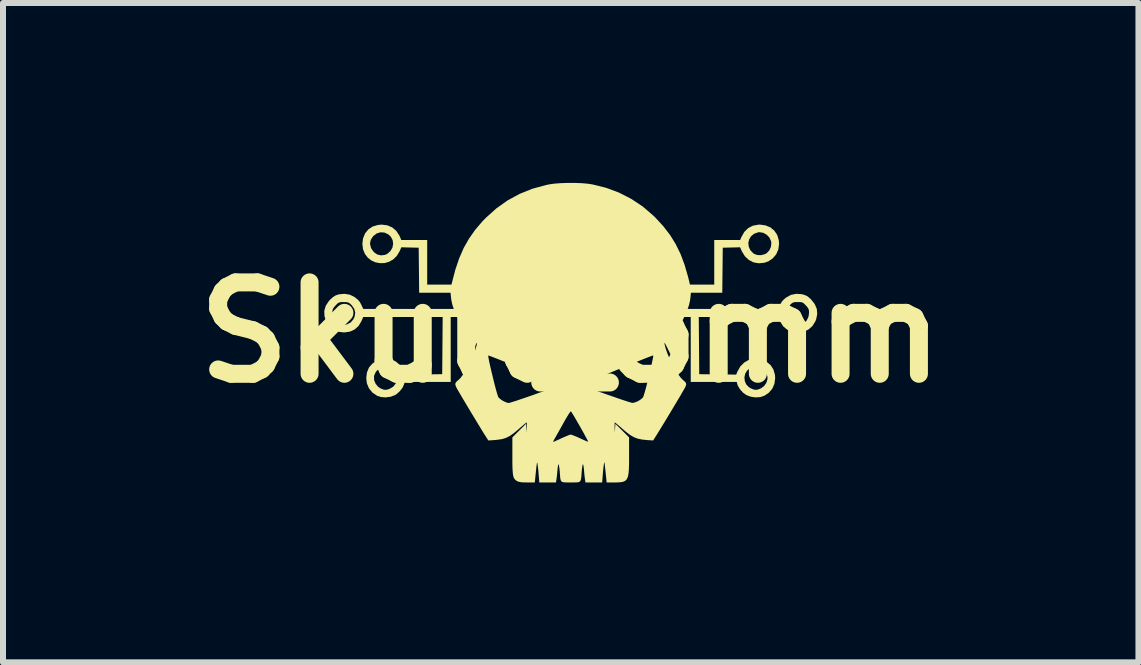
<source format=kicad_pcb>
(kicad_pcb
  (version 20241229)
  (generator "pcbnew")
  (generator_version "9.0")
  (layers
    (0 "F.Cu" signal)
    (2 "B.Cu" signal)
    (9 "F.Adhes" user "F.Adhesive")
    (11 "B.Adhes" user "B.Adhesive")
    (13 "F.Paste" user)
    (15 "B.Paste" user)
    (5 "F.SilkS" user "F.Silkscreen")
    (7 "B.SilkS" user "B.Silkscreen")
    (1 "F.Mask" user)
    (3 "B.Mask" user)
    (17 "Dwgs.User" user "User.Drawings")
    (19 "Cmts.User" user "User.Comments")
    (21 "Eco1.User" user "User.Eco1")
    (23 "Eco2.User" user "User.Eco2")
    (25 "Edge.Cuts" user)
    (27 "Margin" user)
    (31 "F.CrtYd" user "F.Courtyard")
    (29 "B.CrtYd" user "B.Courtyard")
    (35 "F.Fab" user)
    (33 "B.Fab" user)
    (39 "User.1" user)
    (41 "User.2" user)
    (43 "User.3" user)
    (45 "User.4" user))
  (footprint "Skull_5mm"
    (layer "F.Cu")
    (at 6.466 2.493)
    (property "Reference" "Skull_5mm" (at 0 0 0) (layer "F.SilkS") (effects (font (size 1.524 1.524) (thickness 0.3))))
    (attr board_only exclude_from_pos_files exclude_from_bom)
    (fp_poly (pts (xy 0.066 -2.493) (xy 0.181 -2.489) (xy 0.284 -2.48) (xy 0.358 -2.469) (xy 0.589 -2.412) (xy 0.806 -2.331) (xy 1.009 -2.227) (xy 1.199 -2.101) (xy 1.375 -1.95) (xy 1.413 -1.913) (xy 1.543 -1.772) (xy 1.655 -1.627) (xy 1.75 -1.474) (xy 1.831 -1.308) (xy 1.899 -1.127) (xy 1.957 -0.926) (xy 1.979 -0.835) (xy 1.988 -0.798) (xy 2.393 -0.798) (xy 2.393 -1.492) (xy 2.961 -1.492) (xy 2.968 -1.43) (xy 2.994 -1.372) (xy 3.042 -1.322) (xy 3.058 -1.31) (xy 3.113 -1.29) (xy 3.177 -1.289) (xy 3.239 -1.306) (xy 3.269 -1.323) (xy 3.312 -1.369) (xy 3.339 -1.429) (xy 3.345 -1.494) (xy 3.34 -1.523) (xy 3.312 -1.584) (xy 3.266 -1.631) (xy 3.208 -1.662) (xy 3.145 -1.672) (xy 3.123 -1.669) (xy 3.057 -1.645) (xy 3.007 -1.604) (xy 2.975 -1.551) (xy 2.961 -1.492) (xy 2.393 -1.492) (xy 2.393 -1.541) (xy 2.825 -1.541) (xy 2.846 -1.591) (xy 2.894 -1.676) (xy 2.958 -1.739) (xy 3.037 -1.78) (xy 3.129 -1.797) (xy 3.153 -1.798) (xy 3.248 -1.785) (xy 3.33 -1.751) (xy 3.395 -1.697) (xy 3.443 -1.626) (xy 3.469 -1.539) (xy 3.474 -1.477) (xy 3.462 -1.385) (xy 3.426 -1.303) (xy 3.37 -1.236) (xy 3.297 -1.186) (xy 3.229 -1.162) (xy 3.136 -1.153) (xy 3.049 -1.168) (xy 2.971 -1.208) (xy 2.905 -1.269) (xy 2.855 -1.35) (xy 2.852 -1.356) (xy 2.824 -1.42) (xy 2.679 -1.416) (xy 2.535 -1.413) (xy 2.531 -1.037) (xy 2.527 -0.662) (xy 2.004 -0.662) (xy 1.996 -0.582) (xy 1.988 -0.527) (xy 1.976 -0.473) (xy 1.969 -0.447) (xy 1.95 -0.392) (xy 3.459 -0.392) (xy 3.486 -0.449) (xy 3.511 -0.499) (xy 3.537 -0.534) (xy 3.573 -0.567) (xy 3.597 -0.585) (xy 3.672 -0.626) (xy 3.759 -0.644) (xy 3.85 -0.638) (xy 3.861 -0.636) (xy 3.908 -0.622) (xy 3.948 -0.602) (xy 3.989 -0.568) (xy 4.008 -0.55) (xy 4.068 -0.474) (xy 4.103 -0.393) (xy 4.11 -0.306) (xy 4.092 -0.217) (xy 4.077 -0.182) (xy 4.028 -0.104) (xy 3.962 -0.047) (xy 3.88 -0.012) (xy 3.785 -0.000005) (xy 3.783 0) (xy 3.689 -0.012) (xy 3.608 -0.047) (xy 3.542 -0.103) (xy 3.493 -0.181) (xy 3.489 -0.189) (xy 3.46 -0.257) (xy 2.135 -0.257) (xy 2.139 0.22) (xy 2.143 0.696) (xy 2.451 0.7) (xy 2.759 0.703) (xy 2.78 0.652) (xy 2.827 0.568) (xy 2.891 0.503) (xy 2.967 0.459) (xy 3.052 0.439) (xy 3.142 0.442) (xy 3.179 0.451) (xy 3.266 0.489) (xy 3.333 0.545) (xy 3.38 0.618) (xy 3.405 0.706) (xy 3.409 0.763) (xy 3.396 0.858) (xy 3.36 0.94) (xy 3.3 1.008) (xy 3.228 1.056) (xy 3.16 1.078) (xy 3.08 1.083) (xy 3 1.071) (xy 2.93 1.045) (xy 2.872 1.003) (xy 2.822 0.947) (xy 2.786 0.887) (xy 2.777 0.86) (xy 2.768 0.825) (xy 2.001 0.825) (xy 2.001 0.748) (xy 2.896 0.748) (xy 2.902 0.808) (xy 2.925 0.864) (xy 2.968 0.911) (xy 3.007 0.934) (xy 3.057 0.954) (xy 3.098 0.957) (xy 3.142 0.945) (xy 3.172 0.932) (xy 3.224 0.894) (xy 3.262 0.84) (xy 3.281 0.779) (xy 3.28 0.735) (xy 3.257 0.669) (xy 3.214 0.618) (xy 3.157 0.583) (xy 3.09 0.57) (xy 3.05 0.573) (xy 2.987 0.597) (xy 2.94 0.637) (xy 2.909 0.689) (xy 2.896 0.748) (xy 2.001 0.748) (xy 2.001 -0.257) (xy 1.893 -0.257) (xy 1.827 -0.125) (xy 1.764 0.01) (xy 1.717 0.134) (xy 1.687 0.243) (xy 1.678 0.291) (xy 1.667 0.372) (xy 1.611 0.257) (xy 1.585 0.206) (xy 1.569 0.179) (xy 1.562 0.175) (xy 1.563 0.189) (xy 1.582 0.264) (xy 1.612 0.35) (xy 1.651 0.441) (xy 1.695 0.533) (xy 1.743 0.62) (xy 1.791 0.696) (xy 1.837 0.758) (xy 1.878 0.799) (xy 1.88 0.8) (xy 1.914 0.831) (xy 1.926 0.861) (xy 1.916 0.898) (xy 1.907 0.917) (xy 1.893 0.942) (xy 1.867 0.987) (xy 1.832 1.048) (xy 1.789 1.12) (xy 1.74 1.202) (xy 1.688 1.289) (xy 1.635 1.377) (xy 1.583 1.464) (xy 1.534 1.544) (xy 1.49 1.616) (xy 1.454 1.674) (xy 1.433 1.708) (xy 1.374 1.801) (xy 1.279 1.795) (xy 1.191 1.786) (xy 1.118 1.771) (xy 1.055 1.747) (xy 0.992 1.711) (xy 0.924 1.659) (xy 0.879 1.621) (xy 0.829 1.577) (xy 0.785 1.54) (xy 0.754 1.514) (xy 0.737 1.501) (xy 0.736 1.5) (xy 0.733 1.513) (xy 0.732 1.545) (xy 0.732 1.585) (xy 0.735 1.669) (xy 0.74 1.596) (xy 0.745 1.523) (xy 0.859 1.636) (xy 0.973 1.75) (xy 0.973 2.058) (xy 0.973 2.179) (xy 0.97 2.276) (xy 0.964 2.351) (xy 0.953 2.407) (xy 0.935 2.447) (xy 0.909 2.474) (xy 0.873 2.49) (xy 0.826 2.498) (xy 0.766 2.501) (xy 0.726 2.501) (xy 0.599 2.501) (xy 0.582 2.335) (xy 0.575 2.272) (xy 0.569 2.219) (xy 0.565 2.182) (xy 0.562 2.166) (xy 0.561 2.166) (xy 0.557 2.175) (xy 0.551 2.207) (xy 0.545 2.259) (xy 0.538 2.326) (xy 0.533 2.389) (xy 0.524 2.501) (xy 0.246 2.501) (xy 0.239 2.457) (xy 0.234 2.422) (xy 0.228 2.371) (xy 0.223 2.313) (xy 0.222 2.302) (xy 0.217 2.252) (xy 0.211 2.215) (xy 0.205 2.197) (xy 0.203 2.197) (xy 0.197 2.212) (xy 0.191 2.248) (xy 0.185 2.298) (xy 0.183 2.321) (xy 0.178 2.394) (xy 0.172 2.444) (xy 0.162 2.475) (xy 0.143 2.493) (xy 0.112 2.5) (xy 0.063 2.501) (xy 0 2.501) (xy -0.068 2.501) (xy -0.115 2.499) (xy -0.145 2.492) (xy -0.163 2.473) (xy -0.173 2.44) (xy -0.178 2.389) (xy -0.183 2.321) (xy -0.188 2.268) (xy -0.195 2.225) (xy -0.2 2.2) (xy -0.203 2.197) (xy -0.208 2.206) (xy -0.215 2.237) (xy -0.22 2.283) (xy -0.222 2.302) (xy -0.227 2.36) (xy -0.233 2.414) (xy -0.238 2.452) (xy -0.239 2.457) (xy -0.246 2.501) (xy -0.524 2.501) (xy -0.533 2.389) (xy -0.539 2.312) (xy -0.546 2.248) (xy -0.553 2.2) (xy -0.558 2.171) (xy -0.561 2.166) (xy -0.564 2.18) (xy -0.569 2.216) (xy -0.575 2.268) (xy -0.582 2.331) (xy -0.582 2.335) (xy -0.599 2.501) (xy -0.728 2.501) (xy -0.795 2.5) (xy -0.842 2.495) (xy -0.876 2.487) (xy -0.901 2.475) (xy -0.922 2.46) (xy -0.939 2.441) (xy -0.952 2.415) (xy -0.961 2.379) (xy -0.967 2.33) (xy -0.971 2.264) (xy -0.973 2.178) (xy -0.973 2.069) (xy -0.973 2.056) (xy -0.973 1.824) (xy -0.293 1.824) (xy -0.292 1.825) (xy -0.277 1.82) (xy -0.243 1.805) (xy -0.195 1.784) (xy -0.153 1.764) (xy -0.097 1.739) (xy -0.049 1.719) (xy -0.013 1.706) (xy 0 1.703) (xy 0.021 1.709) (xy 0.061 1.724) (xy 0.112 1.745) (xy 0.155 1.765) (xy 0.209 1.79) (xy 0.253 1.809) (xy 0.282 1.82) (xy 0.29 1.822) (xy 0.286 1.809) (xy 0.27 1.777) (xy 0.244 1.73) (xy 0.213 1.672) (xy 0.177 1.608) (xy 0.139 1.541) (xy 0.101 1.476) (xy 0.067 1.416) (xy 0.037 1.367) (xy 0.015 1.332) (xy 0.003 1.315) (xy 0.002 1.314) (xy -0.008 1.324) (xy -0.029 1.354) (xy -0.058 1.401) (xy -0.093 1.46) (xy -0.129 1.524) (xy -0.169 1.596) (xy -0.206 1.662) (xy -0.238 1.719) (xy -0.262 1.761) (xy -0.273 1.781) (xy -0.288 1.809) (xy -0.293 1.824) (xy -0.973 1.824) (xy -0.973 1.75) (xy -0.859 1.636) (xy -0.745 1.523) (xy -0.74 1.596) (xy -0.735 1.669) (xy -0.732 1.585) (xy -0.732 1.541) (xy -0.733 1.511) (xy -0.736 1.5) (xy -0.748 1.509) (xy -0.776 1.532) (xy -0.816 1.566) (xy -0.866 1.609) (xy -0.879 1.621) (xy -0.954 1.683) (xy -1.019 1.728) (xy -1.081 1.759) (xy -1.148 1.779) (xy -1.226 1.79) (xy -1.279 1.795) (xy -1.374 1.801) (xy -1.433 1.708) (xy -1.462 1.662) (xy -1.5 1.6) (xy -1.545 1.526) (xy -1.595 1.443) (xy -1.648 1.356) (xy -1.701 1.268) (xy -1.752 1.182) (xy -1.8 1.102) (xy -1.841 1.032) (xy -1.874 0.975) (xy -1.898 0.934) (xy -1.907 0.917) (xy -1.924 0.874) (xy -1.921 0.843) (xy -1.897 0.813) (xy -1.88 0.8) (xy -1.839 0.761) (xy -1.794 0.7) (xy -1.746 0.625) (xy -1.698 0.538) (xy -1.653 0.447) (xy -1.626 0.384) (xy -1.375 0.384) (xy -1.375 0.399) (xy -1.369 0.437) (xy -1.358 0.492) (xy -1.343 0.56) (xy -1.325 0.638) (xy -1.305 0.72) (xy -1.285 0.804) (xy -1.265 0.883) (xy -1.246 0.955) (xy -1.229 1.014) (xy -1.215 1.058) (xy -1.206 1.08) (xy -1.206 1.081) (xy -1.175 1.111) (xy -1.131 1.14) (xy -1.082 1.164) (xy -1.041 1.176) (xy -1.033 1.176) (xy -1.013 1.172) (xy -0.972 1.159) (xy -0.911 1.14) (xy -0.835 1.114) (xy -0.747 1.084) (xy -0.65 1.051) (xy -0.6 1.033) (xy -0.501 0.997) (xy -0.41 0.965) (xy -0.33 0.936) (xy -0.265 0.912) (xy -0.217 0.893) (xy -0.191 0.883) (xy -0.186 0.88) (xy -0.186 0.88) (xy 0.186 0.88) (xy 0.186 0.88) (xy 0.202 0.888) (xy 0.241 0.904) (xy 0.297 0.925) (xy 0.368 0.951) (xy 0.449 0.98) (xy 0.537 1.011) (xy 0.627 1.043) (xy 0.717 1.074) (xy 0.803 1.104) (xy 0.88 1.13) (xy 0.944 1.151) (xy 0.993 1.166) (xy 1.022 1.174) (xy 1.028 1.175) (xy 1.06 1.17) (xy 1.103 1.154) (xy 1.122 1.146) (xy 1.163 1.12) (xy 1.197 1.092) (xy 1.206 1.081) (xy 1.214 1.061) (xy 1.227 1.02) (xy 1.244 0.962) (xy 1.263 0.891) (xy 1.283 0.812) (xy 1.303 0.729) (xy 1.323 0.646) (xy 1.341 0.568) (xy 1.356 0.498) (xy 1.368 0.442) (xy 1.375 0.402) (xy 1.375 0.384) (xy 1.375 0.384) (xy 1.362 0.387) (xy 1.326 0.4) (xy 1.27 0.422) (xy 1.196 0.451) (xy 1.107 0.487) (xy 1.006 0.528) (xy 0.894 0.573) (xy 0.775 0.623) (xy 0.772 0.624) (xy 0.653 0.673) (xy 0.542 0.72) (xy 0.442 0.763) (xy 0.355 0.8) (xy 0.284 0.832) (xy 0.23 0.856) (xy 0.197 0.873) (xy 0.186 0.88) (xy -0.186 0.88) (xy -0.196 0.873) (xy -0.229 0.857) (xy -0.282 0.833) (xy -0.353 0.802) (xy -0.439 0.764) (xy -0.539 0.722) (xy -0.649 0.675) (xy -0.768 0.626) (xy -0.772 0.624) (xy -0.892 0.574) (xy -1.003 0.529) (xy -1.105 0.488) (xy -1.194 0.452) (xy -1.268 0.423) (xy -1.325 0.401) (xy -1.361 0.388) (xy -1.375 0.384) (xy -1.375 0.384) (xy -1.626 0.384) (xy -1.614 0.355) (xy -1.584 0.269) (xy -1.564 0.193) (xy -1.563 0.189) (xy -1.563 0.174) (xy -1.571 0.181) (xy -1.588 0.211) (xy -1.611 0.257) (xy -1.667 0.372) (xy -1.678 0.291) (xy -1.7 0.19) (xy -1.738 0.073) (xy -1.794 -0.057) (xy -1.827 -0.125) (xy -1.893 -0.257) (xy -2.001 -0.257) (xy -2.001 0.825) (xy -2.768 0.825) (xy -2.777 0.86) (xy -2.803 0.92) (xy -2.848 0.978) (xy -2.903 1.028) (xy -2.93 1.045) (xy -3.002 1.072) (xy -3.083 1.083) (xy -3.162 1.077) (xy -3.228 1.056) (xy -3.307 1.002) (xy -3.364 0.932) (xy -3.399 0.849) (xy -3.409 0.763) (xy -3.406 0.735) (xy -3.28 0.735) (xy -3.278 0.796) (xy -3.253 0.856) (xy -3.211 0.906) (xy -3.173 0.932) (xy -3.125 0.952) (xy -3.088 0.958) (xy -3.047 0.95) (xy -3.015 0.938) (xy -2.957 0.902) (xy -2.918 0.851) (xy -2.898 0.792) (xy -2.898 0.729) (xy -2.919 0.668) (xy -2.961 0.616) (xy -2.962 0.616) (xy -3.021 0.582) (xy -3.085 0.571) (xy -3.148 0.581) (xy -3.204 0.61) (xy -3.249 0.656) (xy -3.277 0.717) (xy -3.28 0.735) (xy -3.406 0.735) (xy -3.398 0.668) (xy -3.364 0.586) (xy -3.308 0.52) (xy -3.232 0.471) (xy -3.179 0.451) (xy -3.087 0.437) (xy -2.999 0.448) (xy -2.919 0.483) (xy -2.851 0.54) (xy -2.796 0.617) (xy -2.78 0.652) (xy -2.759 0.703) (xy -2.451 0.7) (xy -2.143 0.696) (xy -2.139 0.22) (xy -2.135 -0.257) (xy -3.46 -0.257) (xy -3.489 -0.189) (xy -3.536 -0.11) (xy -3.601 -0.051) (xy -3.68 -0.014) (xy -3.774 -0.000105) (xy -3.783 0) (xy -3.879 -0.012) (xy -3.96 -0.046) (xy -4.026 -0.102) (xy -4.077 -0.18) (xy -4.077 -0.182) (xy -4.106 -0.272) (xy -4.108 -0.331) (xy -3.974 -0.331) (xy -3.963 -0.256) (xy -3.932 -0.196) (xy -3.883 -0.152) (xy -3.844 -0.136) (xy -3.807 -0.126) (xy -3.78 -0.124) (xy -3.747 -0.131) (xy -3.73 -0.135) (xy -3.67 -0.165) (xy -3.625 -0.217) (xy -3.603 -0.264) (xy -3.593 -0.331) (xy -3.593 -0.333) (xy 3.594 -0.333) (xy 3.601 -0.266) (xy 3.634 -0.202) (xy 3.651 -0.181) (xy 3.702 -0.146) (xy 3.764 -0.129) (xy 3.829 -0.133) (xy 3.889 -0.156) (xy 3.89 -0.157) (xy 3.936 -0.201) (xy 3.965 -0.263) (xy 3.974 -0.328) (xy 3.972 -0.369) (xy 3.961 -0.4) (xy 3.937 -0.433) (xy 3.921 -0.45) (xy 3.89 -0.482) (xy 3.865 -0.499) (xy 3.835 -0.506) (xy 3.789 -0.507) (xy 3.786 -0.507) (xy 3.739 -0.506) (xy 3.707 -0.499) (xy 3.681 -0.482) (xy 3.656 -0.458) (xy 3.613 -0.398) (xy 3.594 -0.333) (xy -3.593 -0.333) (xy -3.61 -0.395) (xy -3.653 -0.455) (xy -3.656 -0.458) (xy -3.686 -0.486) (xy -3.712 -0.5) (xy -3.745 -0.506) (xy -3.786 -0.507) (xy -3.833 -0.506) (xy -3.863 -0.499) (xy -3.889 -0.483) (xy -3.919 -0.452) (xy -3.921 -0.45) (xy -3.953 -0.413) (xy -3.969 -0.382) (xy -3.974 -0.347) (xy -3.974 -0.331) (xy -4.108 -0.331) (xy -4.109 -0.36) (xy -4.085 -0.444) (xy -4.034 -0.522) (xy -4.008 -0.55) (xy -3.963 -0.59) (xy -3.924 -0.615) (xy -3.881 -0.631) (xy -3.861 -0.636) (xy -3.769 -0.644) (xy -3.682 -0.629) (xy -3.605 -0.591) (xy -3.597 -0.585) (xy -3.553 -0.549) (xy -3.523 -0.517) (xy -3.499 -0.476) (xy -3.486 -0.449) (xy -3.459 -0.392) (xy -1.95 -0.392) (xy -1.969 -0.447) (xy -1.981 -0.493) (xy -1.992 -0.55) (xy -1.996 -0.582) (xy -2.004 -0.662) (xy -2.527 -0.662) (xy -2.531 -1.037) (xy -2.535 -1.413) (xy -2.679 -1.416) (xy -2.824 -1.42) (xy -2.852 -1.356) (xy -2.899 -1.277) (xy -2.959 -1.218) (xy -3.029 -1.178) (xy -3.103 -1.157) (xy -3.18 -1.155) (xy -3.255 -1.169) (xy -3.324 -1.2) (xy -3.384 -1.247) (xy -3.432 -1.31) (xy -3.463 -1.386) (xy -3.474 -1.477) (xy -3.474 -1.481) (xy -3.347 -1.481) (xy -3.332 -1.416) (xy -3.323 -1.395) (xy -3.281 -1.338) (xy -3.226 -1.3) (xy -3.164 -1.285) (xy -3.1 -1.292) (xy -3.058 -1.311) (xy -3.006 -1.357) (xy -2.973 -1.414) (xy -2.961 -1.476) (xy -2.969 -1.539) (xy -2.999 -1.595) (xy -3.038 -1.633) (xy -3.104 -1.665) (xy -3.171 -1.67) (xy -3.235 -1.651) (xy -3.292 -1.607) (xy -3.296 -1.603) (xy -3.335 -1.543) (xy -3.347 -1.481) (xy -3.474 -1.481) (xy -3.462 -1.571) (xy -3.428 -1.653) (xy -3.374 -1.718) (xy -3.302 -1.766) (xy -3.215 -1.792) (xy -3.153 -1.798) (xy -3.058 -1.786) (xy -2.976 -1.751) (xy -2.908 -1.693) (xy -2.856 -1.613) (xy -2.846 -1.591) (xy -2.825 -1.541) (xy -2.393 -1.541) (xy -2.393 -0.798) (xy -1.988 -0.798) (xy -1.979 -0.835) (xy -1.924 -1.046) (xy -1.86 -1.235) (xy -1.785 -1.407) (xy -1.696 -1.564) (xy -1.592 -1.712) (xy -1.47 -1.855) (xy -1.413 -1.913) (xy -1.239 -2.069) (xy -1.053 -2.201) (xy -0.853 -2.31) (xy -0.639 -2.396) (xy -0.411 -2.458) (xy -0.358 -2.469) (xy -0.273 -2.481) (xy -0.168 -2.489) (xy -0.053 -2.493)) (stroke (width 0) (type solid)) (fill yes) (layer "F.SilkS")))
  (gr_rect
    (start -3 -3)
    (end 15.932 7.994)
    (stroke (width 0.1) (type default))
    (fill no)
    (layer "Edge.Cuts")))
</source>
